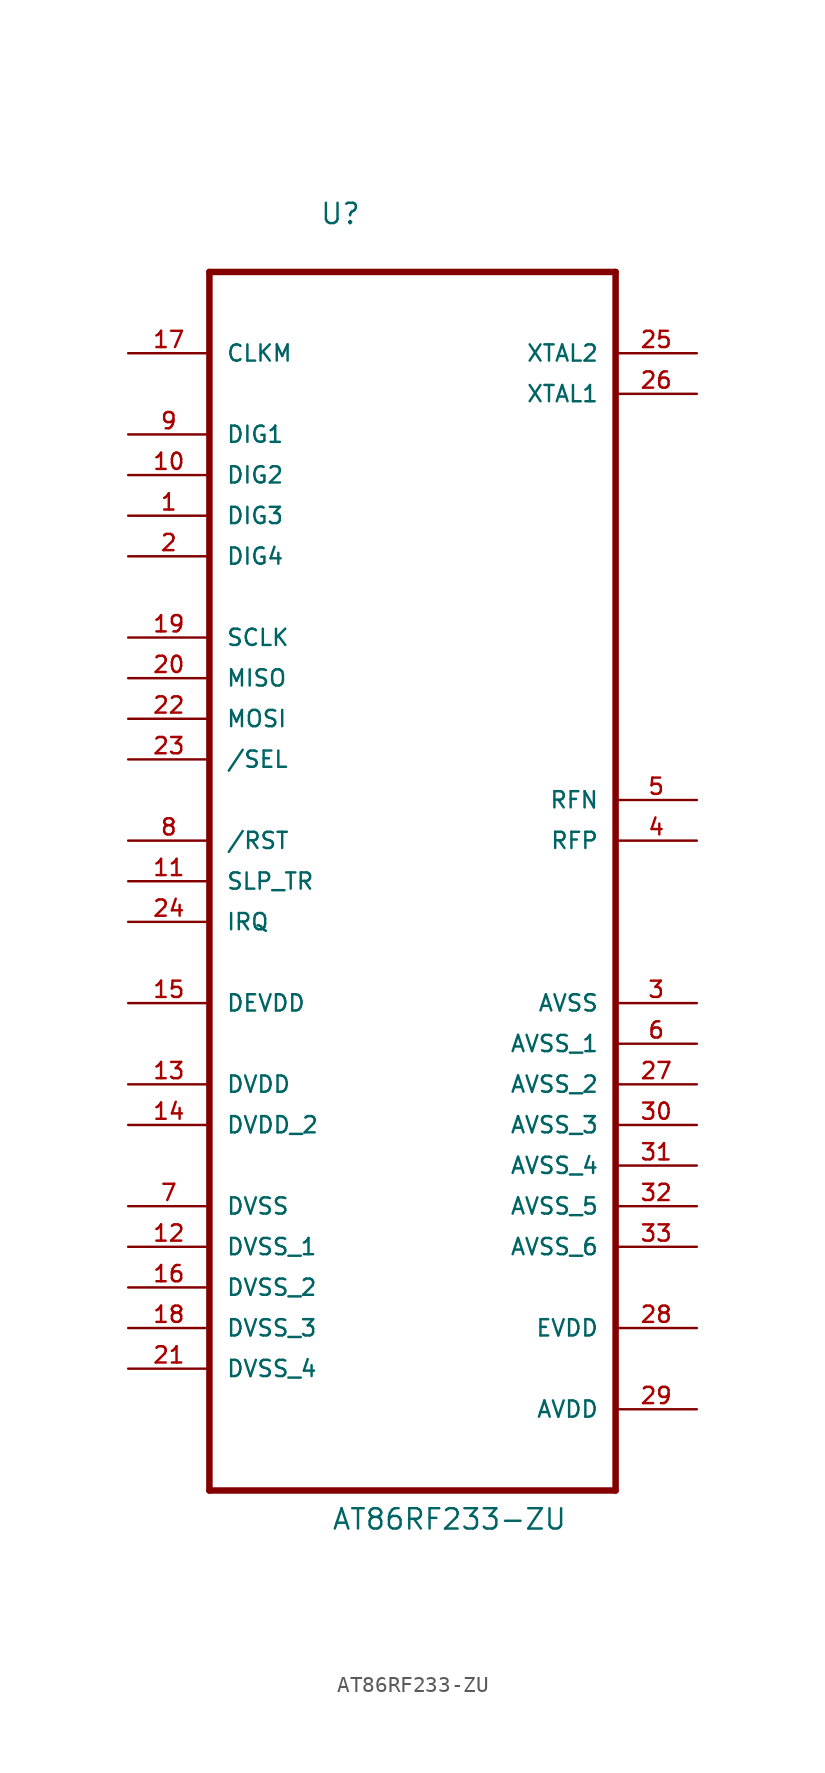
<source format=kicad_sym>
(kicad_symbol_lib
  (version 20220914)
  (generator kicad_symbol_editor)
  (symbol "AT86RF233-ZU"
    (pin_names
      (offset 1.016))
    (property "Reference" "U"
      (at -5.817 43.536 0)
      (effects (font (size 1.27 1.27)) (justify left bottom)))
    (property "Value" "AT86RF233-ZU"
      (at -5.08 -38.1 0)
      (effects (font (size 1.27 1.27)) (justify left bottom)))
    (property "ki_locked" ""
      (at 0 0 0)
      (effects (font (size 1.27 1.27))))
    (symbol "AT86RF233-ZU_0_0"
      (polyline (pts (xy -12.7 -35.56) (xy 12.7 -35.56)) (stroke (width 0.406) (type solid)) (fill (type none)))
      (polyline (pts (xy -12.7 40.64) (xy -12.7 -35.56)) (stroke (width 0.406) (type solid)) (fill (type none)))
      (polyline (pts (xy 12.7 -35.56) (xy 12.7 40.64)) (stroke (width 0.406) (type solid)) (fill (type none)))
      (polyline (pts (xy 12.7 40.64) (xy -12.7 40.64)) (stroke (width 0.406) (type solid)) (fill (type none)))
      (pin output line (at -17.78 25.4 0) (length 5.08) (name "DIG3" (effects (font (size 1.016 1.016)))) (number "1" (effects (font (size 1.016 1.016)))))
      (pin output line (at -17.78 27.94 0) (length 5.08) (name "DIG2" (effects (font (size 1.016 1.016)))) (number "10" (effects (font (size 1.016 1.016)))))
      (pin input line (at -17.78 2.54 0) (length 5.08) (name "SLP_TR" (effects (font (size 1.016 1.016)))) (number "11" (effects (font (size 1.016 1.016)))))
      (pin power_in line (at -17.78 -20.32 0) (length 5.08) (name "DVSS_1" (effects (font (size 1.016 1.016)))) (number "12" (effects (font (size 1.016 1.016)))))
      (pin power_in line (at -17.78 -10.16 0) (length 5.08) (name "DVDD" (effects (font (size 1.016 1.016)))) (number "13" (effects (font (size 1.016 1.016)))))
      (pin power_in line (at -17.78 -12.7 0) (length 5.08) (name "DVDD_2" (effects (font (size 1.016 1.016)))) (number "14" (effects (font (size 1.016 1.016)))))
      (pin power_in line (at -17.78 -5.08 0) (length 5.08) (name "DEVDD" (effects (font (size 1.016 1.016)))) (number "15" (effects (font (size 1.016 1.016)))))
      (pin power_in line (at -17.78 -22.86 0) (length 5.08) (name "DVSS_2" (effects (font (size 1.016 1.016)))) (number "16" (effects (font (size 1.016 1.016)))))
      (pin input line (at -17.78 35.56 0) (length 5.08) (name "CLKM" (effects (font (size 1.016 1.016)))) (number "17" (effects (font (size 1.016 1.016)))))
      (pin power_in line (at -17.78 -25.4 0) (length 5.08) (name "DVSS_3" (effects (font (size 1.016 1.016)))) (number "18" (effects (font (size 1.016 1.016)))))
      (pin input line (at -17.78 17.78 0) (length 5.08) (name "SCLK" (effects (font (size 1.016 1.016)))) (number "19" (effects (font (size 1.016 1.016)))))
      (pin output line (at -17.78 22.86 0) (length 5.08) (name "DIG4" (effects (font (size 1.016 1.016)))) (number "2" (effects (font (size 1.016 1.016)))))
      (pin output line (at -17.78 15.24 0) (length 5.08) (name "MISO" (effects (font (size 1.016 1.016)))) (number "20" (effects (font (size 1.016 1.016)))))
      (pin power_in line (at -17.78 -27.94 0) (length 5.08) (name "DVSS_4" (effects (font (size 1.016 1.016)))) (number "21" (effects (font (size 1.016 1.016)))))
      (pin input line (at -17.78 12.7 0) (length 5.08) (name "MOSI" (effects (font (size 1.016 1.016)))) (number "22" (effects (font (size 1.016 1.016)))))
      (pin input line (at -17.78 10.16 0) (length 5.08) (name "/SEL" (effects (font (size 1.016 1.016)))) (number "23" (effects (font (size 1.016 1.016)))))
      (pin input line (at -17.78 0 0) (length 5.08) (name "IRQ" (effects (font (size 1.016 1.016)))) (number "24" (effects (font (size 1.016 1.016)))))
      (pin output line (at 17.78 35.56 180) (length 5.08) (name "XTAL2" (effects (font (size 1.016 1.016)))) (number "25" (effects (font (size 1.016 1.016)))))
      (pin input line (at 17.78 33.02 180) (length 5.08) (name "XTAL1" (effects (font (size 1.016 1.016)))) (number "26" (effects (font (size 1.016 1.016)))))
      (pin power_in line (at 17.78 -10.16 180) (length 5.08) (name "AVSS_2" (effects (font (size 1.016 1.016)))) (number "27" (effects (font (size 1.016 1.016)))))
      (pin power_in line (at 17.78 -25.4 180) (length 5.08) (name "EVDD" (effects (font (size 1.016 1.016)))) (number "28" (effects (font (size 1.016 1.016)))))
      (pin power_in line (at 17.78 -30.48 180) (length 5.08) (name "AVDD" (effects (font (size 1.016 1.016)))) (number "29" (effects (font (size 1.016 1.016)))))
      (pin power_in line (at 17.78 -5.08 180) (length 5.08) (name "AVSS" (effects (font (size 1.016 1.016)))) (number "3" (effects (font (size 1.016 1.016)))))
      (pin power_in line (at 17.78 -12.7 180) (length 5.08) (name "AVSS_3" (effects (font (size 1.016 1.016)))) (number "30" (effects (font (size 1.016 1.016)))))
      (pin power_in line (at 17.78 -15.24 180) (length 5.08) (name "AVSS_4" (effects (font (size 1.016 1.016)))) (number "31" (effects (font (size 1.016 1.016)))))
      (pin power_in line (at 17.78 -17.78 180) (length 5.08) (name "AVSS_5" (effects (font (size 1.016 1.016)))) (number "32" (effects (font (size 1.016 1.016)))))
      (pin passive line (at 17.78 -20.32 180) (length 5.08) (name "AVSS_6" (effects (font (size 1.016 1.016)))) (number "33" (effects (font (size 1.016 1.016)))))
      (pin input line (at 17.78 5.08 180) (length 5.08) (name "RFP" (effects (font (size 1.016 1.016)))) (number "4" (effects (font (size 1.016 1.016)))))
      (pin input line (at 17.78 7.62 180) (length 5.08) (name "RFN" (effects (font (size 1.016 1.016)))) (number "5" (effects (font (size 1.016 1.016)))))
      (pin power_in line (at 17.78 -7.62 180) (length 5.08) (name "AVSS_1" (effects (font (size 1.016 1.016)))) (number "6" (effects (font (size 1.016 1.016)))))
      (pin power_in line (at -17.78 -17.78 0) (length 5.08) (name "DVSS" (effects (font (size 1.016 1.016)))) (number "7" (effects (font (size 1.016 1.016)))))
      (pin input line (at -17.78 5.08 0) (length 5.08) (name "/RST" (effects (font (size 1.016 1.016)))) (number "8" (effects (font (size 1.016 1.016)))))
      (pin output line (at -17.78 30.48 0) (length 5.08) (name "DIG1" (effects (font (size 1.016 1.016)))) (number "9" (effects (font (size 1.016 1.016))))))))
</source>
